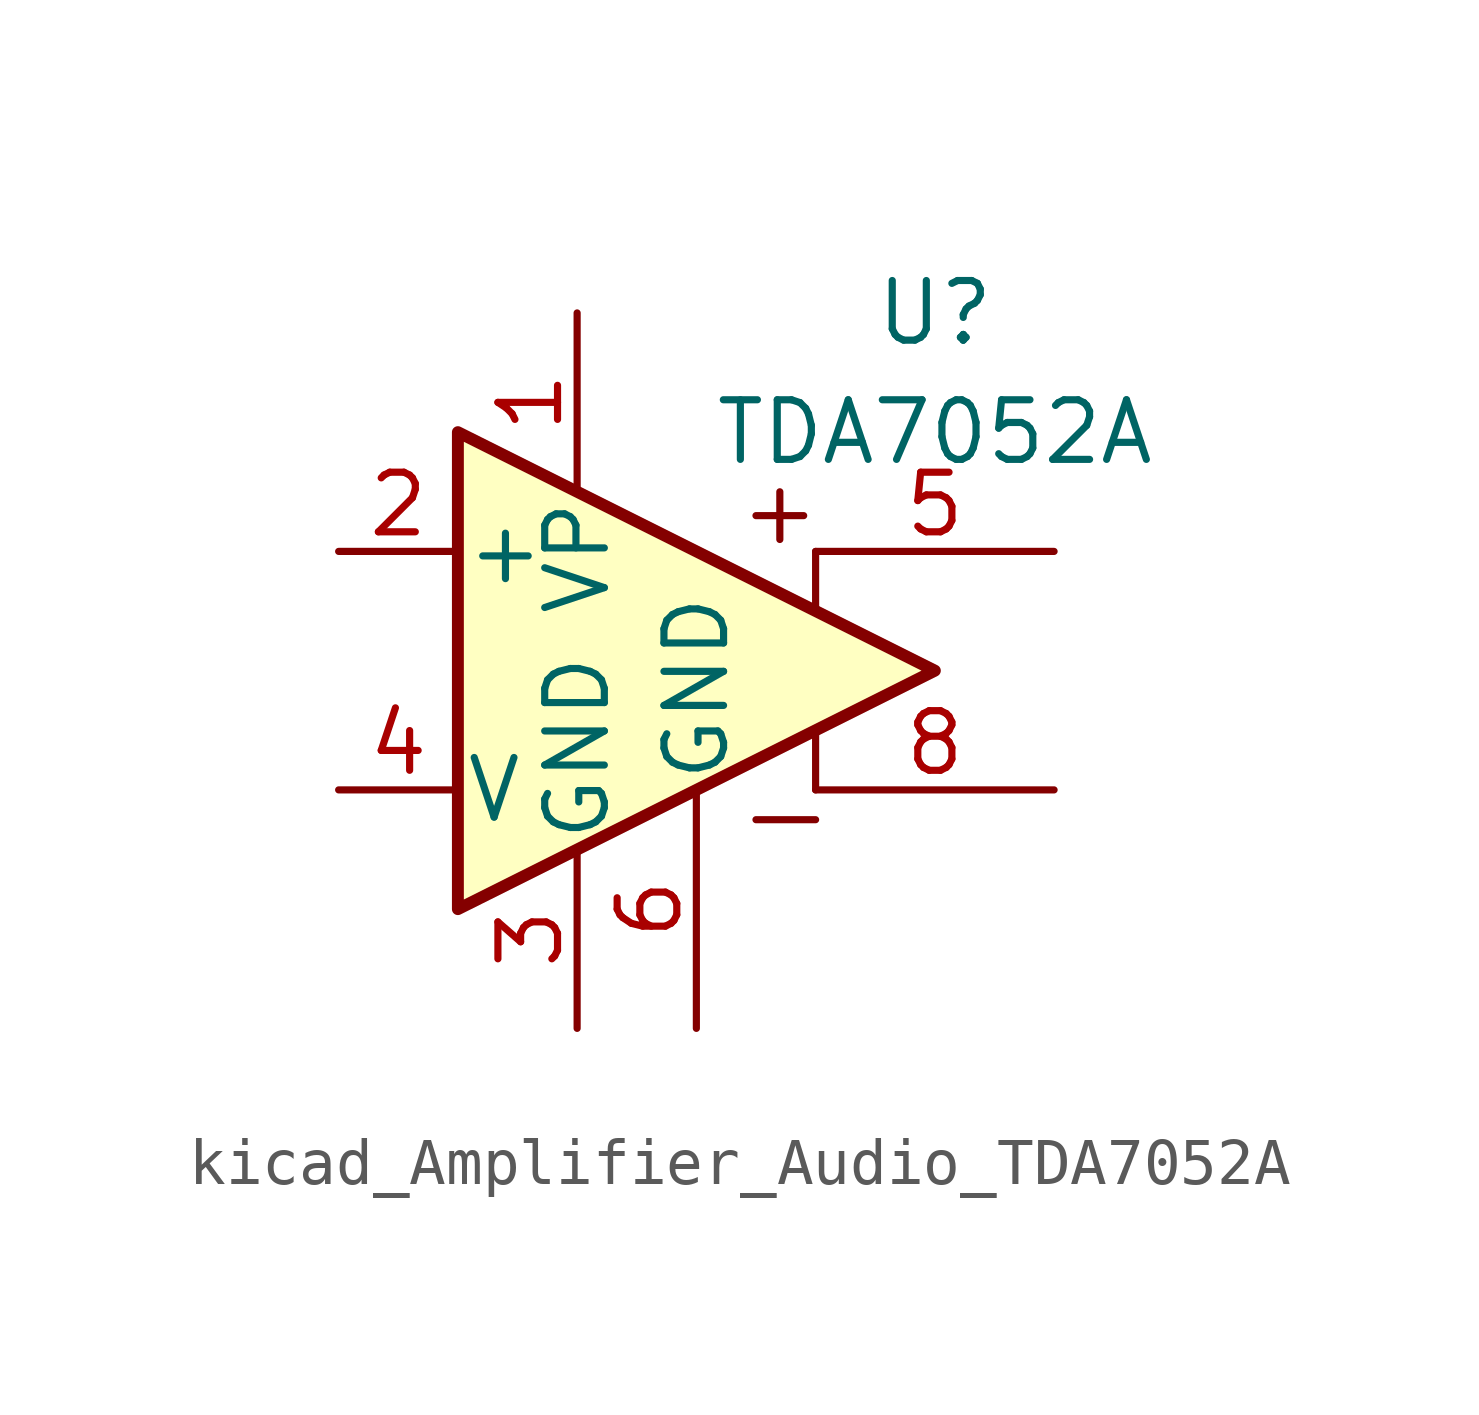
<source format=kicad_sym>
(kicad_symbol_lib
  (version 20220914)
  (generator kicad_symbol_editor)
  (symbol "kicad_Amplifier_Audio_TDA7052A"
    (pin_names
      (offset 0.127))
    (property "Reference" "U"
      (at 5.08 7.62 0)
      (effects (font (size 1.27 1.27))))
    (property "Value" "TDA7052A"
      (at 5.08 5.08 0)
      (effects (font (size 1.27 1.27))))
    (symbol "kicad_Amplifier_Audio_TDA7052A_0_1"
      (polyline (pts (xy 1.27 -3.175) (xy 2.54 -3.175)) (stroke (width 0) (type default)) (fill (type none)))
      (polyline (pts (xy 2.54 -1.27) (xy 2.54 -2.54)) (stroke (width 0) (type default)) (fill (type none)))
      (polyline (pts (xy 2.54 2.54) (xy 2.54 1.27)) (stroke (width 0) (type default)) (fill (type none)))
      (polyline (pts (xy 5.08 0) (xy -5.08 5.08) (xy -5.08 -5.08) (xy 5.08 0)) (stroke (width 0.254) (type default)) (fill (type background))))
    (symbol "kicad_Amplifier_Audio_TDA7052A_1_1"
      (polyline (pts (xy 1.778 3.81) (xy 1.778 2.794)) (stroke (width 0) (type default)) (fill (type none)))
      (polyline (pts (xy 2.286 3.302) (xy 1.27 3.302)) (stroke (width 0) (type default)) (fill (type none)))
      (pin power_in line (at -2.54 7.62 270) (length 3.81) (name "VP" (effects (font (size 1.27 1.27)))) (number "1" (effects (font (size 1.27 1.27)))))
      (pin input line (at -7.62 2.54 0) (length 2.54) (name "+" (effects (font (size 1.27 1.27)))) (number "2" (effects (font (size 1.27 1.27)))))
      (pin power_in line (at -2.54 -7.62 90) (length 3.81) (name "GND" (effects (font (size 1.27 1.27)))) (number "3" (effects (font (size 1.27 1.27)))))
      (pin input line (at -7.62 -2.54 0) (length 2.54) (name "V" (effects (font (size 1.27 1.27)))) (number "4" (effects (font (size 1.27 1.27)))))
      (pin output line (at 7.62 2.54 180) (length 5.08) (name "~" (effects (font (size 1.27 1.27)))) (number "5" (effects (font (size 1.27 1.27)))))
      (pin power_in line (at 0 -7.62 90) (length 5.08) (name "GND" (effects (font (size 1.27 1.27)))) (number "6" (effects (font (size 1.27 1.27)))))
      (pin no_connect line (at 0 2.54 270) (length 2.54) hide (name "NC" (effects (font (size 1.27 1.27)))) (number "7" (effects (font (size 1.27 1.27)))))
      (pin output line (at 7.62 -2.54 180) (length 5.08) (name "~" (effects (font (size 1.27 1.27)))) (number "8" (effects (font (size 1.27 1.27))))))))
</source>
